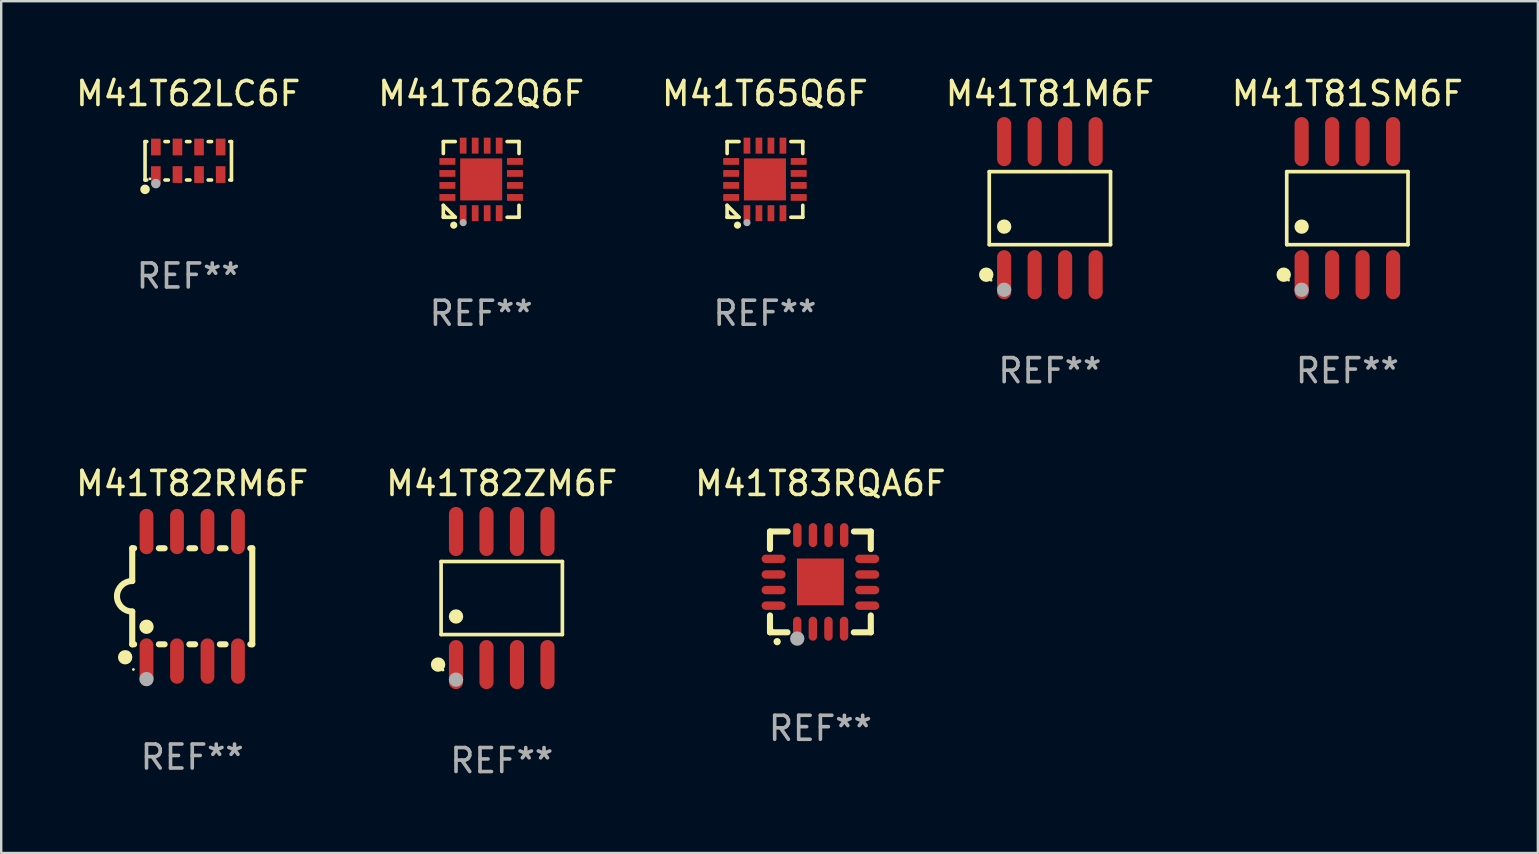
<source format=kicad_pcb>
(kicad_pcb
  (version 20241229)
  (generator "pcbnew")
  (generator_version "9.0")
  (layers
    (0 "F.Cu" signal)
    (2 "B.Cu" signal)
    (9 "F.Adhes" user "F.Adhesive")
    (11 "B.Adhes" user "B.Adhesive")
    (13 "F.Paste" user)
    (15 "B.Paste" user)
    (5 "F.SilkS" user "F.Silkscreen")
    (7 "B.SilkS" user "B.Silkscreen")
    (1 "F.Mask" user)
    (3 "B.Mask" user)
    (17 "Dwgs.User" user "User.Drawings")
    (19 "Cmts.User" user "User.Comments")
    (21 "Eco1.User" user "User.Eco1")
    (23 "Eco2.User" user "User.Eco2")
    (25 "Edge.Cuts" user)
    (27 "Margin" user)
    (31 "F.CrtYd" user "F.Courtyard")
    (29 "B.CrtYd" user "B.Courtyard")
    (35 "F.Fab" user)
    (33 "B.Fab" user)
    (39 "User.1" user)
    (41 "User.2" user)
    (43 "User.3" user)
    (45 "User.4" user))
  (footprint "M41T81M6F"
    (layer "F.Cu")
    (at 40.685 5.621)
    (property "Reference" "M41T81M6F" (at 0 -4.772 0) (layer "F.SilkS") (effects (font (size 1 1) (thickness 0.15))))
    (attr through_hole)
    (fp_line (start -2.526 -1.521) (end 2.526 -1.521) (stroke (width 0.152) (type solid)) (layer "F.SilkS"))
    (fp_line (start -2.526 1.521) (end -2.526 -1.521) (stroke (width 0.152) (type solid)) (layer "F.SilkS"))
    (fp_line (start 2.526 -1.521) (end 2.526 1.521) (stroke (width 0.152) (type solid)) (layer "F.SilkS"))
    (fp_line (start 2.526 1.521) (end -2.526 1.521) (stroke (width 0.152) (type solid)) (layer "F.SilkS"))
    (fp_circle (center -2.652 2.772) (end -2.501 2.772) (stroke (width 0.3) (type solid)) (fill no) (layer "F.SilkS"))
    (fp_circle (center -2.45 3) (end -2.42 3) (stroke (width 0.06) (type solid)) (fill no) (layer "F.SilkS"))
    (fp_circle (center -1.905 0.769) (end -1.755 0.769) (stroke (width 0.3) (type solid)) (fill no) (layer "F.SilkS"))
    (fp_circle (center -1.905 3.4) (end -1.755 3.4) (stroke (width 0.3) (type solid)) (fill no) (layer "F.Fab"))
    (fp_text user "REF**" (at 0 6.772 0) (layer "F.Fab") (effects (font (size 1 1) (thickness 0.15))))
    (pad "1" smd oval (at -1.905 2.772) (size 0.588 2.045) (layers "F.Cu" "F.Mask" "F.Paste"))
    (pad "2" smd oval (at -0.635 2.772) (size 0.588 2.045) (layers "F.Cu" "F.Mask" "F.Paste"))
    (pad "3" smd oval (at 0.635 2.772) (size 0.588 2.045) (layers "F.Cu" "F.Mask" "F.Paste"))
    (pad "4" smd oval (at 1.905 2.772) (size 0.588 2.045) (layers "F.Cu" "F.Mask" "F.Paste"))
    (pad "5" smd oval (at 1.905 -2.772) (size 0.588 2.045) (layers "F.Cu" "F.Mask" "F.Paste"))
    (pad "6" smd oval (at 0.635 -2.772) (size 0.588 2.045) (layers "F.Cu" "F.Mask" "F.Paste"))
    (pad "7" smd oval (at -0.635 -2.772) (size 0.588 2.045) (layers "F.Cu" "F.Mask" "F.Paste"))
    (pad "8" smd oval (at -1.905 -2.772) (size 0.588 2.045) (layers "F.Cu" "F.Mask" "F.Paste")))
  (footprint "M41T82RM6F"
    (layer "F.Cu")
    (at 4.958 21.789)
    (property "Reference" "M41T82RM6F" (at 0 -4.699 0) (layer "F.SilkS") (effects (font (size 1 1) (thickness 0.15))))
    (attr through_hole)
    (fp_line (start -2.5 -2) (end -2.5 -0.635) (stroke (width 0.254) (type solid)) (layer "F.SilkS"))
    (fp_line (start -2.5 -2) (end -2.421 -2) (stroke (width 0.254) (type solid)) (layer "F.SilkS"))
    (fp_line (start -2.5 2) (end -2.5 0.635) (stroke (width 0.254) (type solid)) (layer "F.SilkS"))
    (fp_line (start -2.5 2) (end -2.421 2) (stroke (width 0.254) (type solid)) (layer "F.SilkS"))
    (fp_line (start -1.389 -2) (end -1.151 -2) (stroke (width 0.254) (type solid)) (layer "F.SilkS"))
    (fp_line (start -1.389 2) (end -1.151 2) (stroke (width 0.254) (type solid)) (layer "F.SilkS"))
    (fp_line (start -0.119 -2) (end 0.119 -2) (stroke (width 0.254) (type solid)) (layer "F.SilkS"))
    (fp_line (start -0.119 2) (end 0.119 2) (stroke (width 0.254) (type solid)) (layer "F.SilkS"))
    (fp_line (start 1.151 -2) (end 1.389 -2) (stroke (width 0.254) (type solid)) (layer "F.SilkS"))
    (fp_line (start 1.151 2) (end 1.389 2) (stroke (width 0.254) (type solid)) (layer "F.SilkS"))
    (fp_line (start 2.421 -2) (end 2.5 -2) (stroke (width 0.254) (type solid)) (layer "F.SilkS"))
    (fp_line (start 2.421 2) (end 2.5 2) (stroke (width 0.254) (type solid)) (layer "F.SilkS"))
    (fp_line (start 2.5 -2) (end 2.5 2) (stroke (width 0.254) (type solid)) (layer "F.SilkS"))
    (fp_arc (start -2.5 0.635001) (mid -3.134366 -0.000318) (end -2.499365 -0.635001) (stroke (width 0.254001) (type solid)) (layer "F.SilkS"))
    (fp_circle (center -2.794 2.54) (end -2.644 2.54) (stroke (width 0.3) (type solid)) (fill no) (layer "F.SilkS"))
    (fp_circle (center -2.45 3.05) (end -2.42 3.05) (stroke (width 0.06) (type solid)) (fill no) (layer "F.SilkS"))
    (fp_circle (center -1.905 1.27) (end -1.755 1.27) (stroke (width 0.3) (type solid)) (fill no) (layer "F.SilkS"))
    (fp_circle (center -1.905 3.45) (end -1.755 3.45) (stroke (width 0.3) (type solid)) (fill no) (layer "F.Fab"))
    (fp_text user "REF**" (at 0 6.699 0) (layer "F.Fab") (effects (font (size 1 1) (thickness 0.15))))
    (pad "1" smd oval (at -1.905 2.699) (size 0.574 1.888) (layers "F.Cu" "F.Mask" "F.Paste"))
    (pad "2" smd oval (at -0.635 2.699) (size 0.574 1.888) (layers "F.Cu" "F.Mask" "F.Paste"))
    (pad "3" smd oval (at 0.635 2.699) (size 0.574 1.888) (layers "F.Cu" "F.Mask" "F.Paste"))
    (pad "4" smd oval (at 1.905 2.699) (size 0.574 1.888) (layers "F.Cu" "F.Mask" "F.Paste"))
    (pad "5" smd oval (at 1.905 -2.699) (size 0.574 1.888) (layers "F.Cu" "F.Mask" "F.Paste"))
    (pad "6" smd oval (at 0.635 -2.699) (size 0.574 1.888) (layers "F.Cu" "F.Mask" "F.Paste"))
    (pad "7" smd oval (at -0.635 -2.699) (size 0.574 1.888) (layers "F.Cu" "F.Mask" "F.Paste"))
    (pad "8" smd oval (at -1.905 -2.699) (size 0.574 1.888) (layers "F.Cu" "F.Mask" "F.Paste")))
  (footprint "M41T83RQA6F"
    (layer "F.Cu")
    (at 31.125 21.19)
    (property "Reference" "M41T83RQA6F" (at 0 -4.1 0) (layer "F.SilkS") (effects (font (size 1 1) (thickness 0.15))))
    (attr through_hole)
    (fp_line (start -2.1 -2.1) (end -1.366 -2.1) (stroke (width 0.254) (type solid)) (layer "F.SilkS"))
    (fp_line (start -2.1 -1.366) (end -2.1 -2.1) (stroke (width 0.254) (type solid)) (layer "F.SilkS"))
    (fp_line (start -2.1 2.1) (end -2.1 1.397) (stroke (width 0.254) (type solid)) (layer "F.SilkS"))
    (fp_line (start -2.1 2.1) (end -1.371 2.1) (stroke (width 0.254) (type solid)) (layer "F.SilkS"))
    (fp_line (start 1.392 2.1) (end 2.1 2.1) (stroke (width 0.254) (type solid)) (layer "F.SilkS"))
    (fp_line (start 1.397 -2.1) (end 2.1 -2.1) (stroke (width 0.254) (type solid)) (layer "F.SilkS"))
    (fp_line (start 2.1 -1.366) (end 2.1 -2.1) (stroke (width 0.254) (type solid)) (layer "F.SilkS"))
    (fp_line (start 2.1 2.1) (end 2.1 1.397) (stroke (width 0.254) (type solid)) (layer "F.SilkS"))
    (fp_arc (start -1.803404 2.489205) (mid -1.802134 2.4892) (end -1.800864 2.489205) (stroke (width 0.3) (type solid)) (layer "F.SilkS"))
    (fp_circle (center -2 2) (end -1.97 2) (stroke (width 0.06) (type solid)) (fill no) (layer "F.SilkS"))
    (fp_circle (center -0.965 2.362) (end -0.815 2.362) (stroke (width 0.3) (type solid)) (fill no) (layer "F.Fab"))
    (fp_text user "REF**" (at 0 6.1 0) (layer "F.Fab") (effects (font (size 1 1) (thickness 0.15))))
    (pad "1" smd oval (at -0.965 1.95) (size 0.35 1) (layers "F.Cu" "F.Mask" "F.Paste"))
    (pad "2" smd oval (at -0.315 1.95) (size 0.35 1) (layers "F.Cu" "F.Mask" "F.Paste"))
    (pad "3" smd oval (at 0.335 1.95) (size 0.35 1) (layers "F.Cu" "F.Mask" "F.Paste"))
    (pad "4" smd oval (at 0.986 1.95) (size 0.35 1) (layers "F.Cu" "F.Mask" "F.Paste"))
    (pad "5" smd oval (at 1.95 0.991) (size 1 0.35) (layers "F.Cu" "F.Mask" "F.Paste"))
    (pad "6" smd oval (at 1.95 0.34) (size 1 0.35) (layers "F.Cu" "F.Mask" "F.Paste"))
    (pad "7" smd oval (at 1.95 -0.31) (size 1 0.35) (layers "F.Cu" "F.Mask" "F.Paste"))
    (pad "8" smd oval (at 1.95 -0.96) (size 1 0.35) (layers "F.Cu" "F.Mask" "F.Paste"))
    (pad "9" smd oval (at 0.991 -1.95) (size 0.35 1) (layers "F.Cu" "F.Mask" "F.Paste"))
    (pad "10" smd oval (at 0.34 -1.95) (size 0.35 1) (layers "F.Cu" "F.Mask" "F.Paste"))
    (pad "11" smd oval (at -0.31 -1.95) (size 0.35 1) (layers "F.Cu" "F.Mask" "F.Paste"))
    (pad "12" smd oval (at -0.96 -1.95) (size 0.35 1) (layers "F.Cu" "F.Mask" "F.Paste"))
    (pad "13" smd oval (at -1.95 -0.96) (size 1 0.35) (layers "F.Cu" "F.Mask" "F.Paste"))
    (pad "14" smd oval (at -1.95 -0.31) (size 1 0.35) (layers "F.Cu" "F.Mask" "F.Paste"))
    (pad "15" smd oval (at -1.95 0.34) (size 1 0.35) (layers "F.Cu" "F.Mask" "F.Paste"))
    (pad "16" smd oval (at -1.95 0.991) (size 1 0.35) (layers "F.Cu" "F.Mask" "F.Paste"))
    (pad "17" smd rect (at 0 0) (size 1.95 1.95) (layers "F.Cu" "F.Mask" "F.Paste")))
  (footprint "M41T65Q6F"
    (layer "F.Cu")
    (at 28.815 4.424)
    (property "Reference" "M41T65Q6F" (at 0 -3.576 0) (layer "F.SilkS") (effects (font (size 1 1) (thickness 0.15))))
    (attr through_hole)
    (fp_line (start -1.576 -1.576) (end -1.08 -1.576) (stroke (width 0.152) (type solid)) (layer "F.SilkS"))
    (fp_line (start -1.576 -1.08) (end -1.576 -1.576) (stroke (width 0.152) (type solid)) (layer "F.SilkS"))
    (fp_line (start -1.576 1.08) (end -1.576 1.576) (stroke (width 0.152) (type solid)) (layer "F.SilkS"))
    (fp_line (start -1.576 1.576) (end -1.08 1.576) (stroke (width 0.152) (type solid)) (layer "F.SilkS"))
    (fp_line (start -1.08 1.576) (end -1.576 1.08) (stroke (width 0.152) (type solid)) (layer "F.SilkS"))
    (fp_line (start 1.576 -1.576) (end 1.08 -1.576) (stroke (width 0.152) (type solid)) (layer "F.SilkS"))
    (fp_line (start 1.576 -1.08) (end 1.576 -1.576) (stroke (width 0.152) (type solid)) (layer "F.SilkS"))
    (fp_line (start 1.576 1.08) (end 1.576 1.576) (stroke (width 0.152) (type solid)) (layer "F.SilkS"))
    (fp_line (start 1.576 1.576) (end 1.08 1.576) (stroke (width 0.152) (type solid)) (layer "F.SilkS"))
    (fp_circle (center -1.5 1.5) (end -1.47 1.5) (stroke (width 0.06) (type solid)) (fill no) (layer "F.SilkS"))
    (fp_circle (center -1.143 1.905) (end -1.068 1.905) (stroke (width 0.15) (type solid)) (fill no) (layer "F.SilkS"))
    (fp_circle (center -0.75 1.8) (end -0.675 1.8) (stroke (width 0.15) (type solid)) (fill no) (layer "F.Fab"))
    (fp_text user "REF**" (at 0 5.576 0) (layer "F.Fab") (effects (font (size 1 1) (thickness 0.15))))
    (pad "1" smd rect (at -0.75 1.407) (size 0.28 0.665) (layers "F.Cu" "F.Mask" "F.Paste"))
    (pad "2" smd rect (at -0.25 1.407) (size 0.28 0.665) (layers "F.Cu" "F.Mask" "F.Paste"))
    (pad "3" smd rect (at 0.25 1.407) (size 0.28 0.665) (layers "F.Cu" "F.Mask" "F.Paste"))
    (pad "4" smd rect (at 0.75 1.407) (size 0.28 0.665) (layers "F.Cu" "F.Mask" "F.Paste"))
    (pad "5" smd rect (at 1.407 0.75) (size 0.665 0.28) (layers "F.Cu" "F.Mask" "F.Paste"))
    (pad "6" smd rect (at 1.407 0.25) (size 0.665 0.28) (layers "F.Cu" "F.Mask" "F.Paste"))
    (pad "7" smd rect (at 1.407 -0.25) (size 0.665 0.28) (layers "F.Cu" "F.Mask" "F.Paste"))
    (pad "8" smd rect (at 1.407 -0.75) (size 0.665 0.28) (layers "F.Cu" "F.Mask" "F.Paste"))
    (pad "9" smd rect (at 0.75 -1.407) (size 0.28 0.665) (layers "F.Cu" "F.Mask" "F.Paste"))
    (pad "10" smd rect (at 0.25 -1.407) (size 0.28 0.665) (layers "F.Cu" "F.Mask" "F.Paste"))
    (pad "11" smd rect (at -0.25 -1.407) (size 0.28 0.665) (layers "F.Cu" "F.Mask" "F.Paste"))
    (pad "12" smd rect (at -0.75 -1.407) (size 0.28 0.665) (layers "F.Cu" "F.Mask" "F.Paste"))
    (pad "13" smd rect (at -1.407 -0.75) (size 0.665 0.28) (layers "F.Cu" "F.Mask" "F.Paste"))
    (pad "14" smd rect (at -1.407 -0.25) (size 0.665 0.28) (layers "F.Cu" "F.Mask" "F.Paste"))
    (pad "15" smd rect (at -1.407 0.25) (size 0.665 0.28) (layers "F.Cu" "F.Mask" "F.Paste"))
    (pad "16" smd rect (at -1.407 0.75) (size 0.665 0.28) (layers "F.Cu" "F.Mask" "F.Paste"))
    (pad "17" smd rect (at 0 0) (size 1.75 1.75) (layers "F.Cu" "F.Mask" "F.Paste")))
  (footprint "M41T62LC6F"
    (layer "F.Cu")
    (at 4.792 3.648)
    (property "Reference" "M41T62LC6F" (at 0 -2.8 0) (layer "F.SilkS") (effects (font (size 1 1) (thickness 0.15))))
    (attr through_hole)
    (fp_line (start -1.8 -0.8) (end -1.8 0.8) (stroke (width 0.15) (type solid)) (layer "F.SilkS"))
    (fp_line (start -1.8 -0.8) (end -1.729 -0.8) (stroke (width 0.15) (type solid)) (layer "F.SilkS"))
    (fp_line (start -1.8 0.8) (end -1.729 0.8) (stroke (width 0.15) (type solid)) (layer "F.SilkS"))
    (fp_line (start -0.971 -0.8) (end -0.829 -0.8) (stroke (width 0.15) (type solid)) (layer "F.SilkS"))
    (fp_line (start -0.971 0.8) (end -0.829 0.8) (stroke (width 0.15) (type solid)) (layer "F.SilkS"))
    (fp_line (start -0.071 -0.8) (end 0.071 -0.8) (stroke (width 0.15) (type solid)) (layer "F.SilkS"))
    (fp_line (start -0.071 0.8) (end 0.071 0.8) (stroke (width 0.15) (type solid)) (layer "F.SilkS"))
    (fp_line (start 0.829 -0.8) (end 0.971 -0.8) (stroke (width 0.15) (type solid)) (layer "F.SilkS"))
    (fp_line (start 0.829 0.8) (end 0.971 0.8) (stroke (width 0.15) (type solid)) (layer "F.SilkS"))
    (fp_line (start 1.729 -0.8) (end 1.8 -0.8) (stroke (width 0.15) (type solid)) (layer "F.SilkS"))
    (fp_line (start 1.729 0.8) (end 1.8 0.8) (stroke (width 0.15) (type solid)) (layer "F.SilkS"))
    (fp_line (start 1.8 0.8) (end 1.8 -0.8) (stroke (width 0.15) (type solid)) (layer "F.SilkS"))
    (fp_circle (center -1.8 1.19) (end -1.7 1.19) (stroke (width 0.2) (type solid)) (fill no) (layer "F.SilkS"))
    (fp_circle (center -1.6 0.75) (end -1.57 0.75) (stroke (width 0.06) (type solid)) (fill no) (layer "F.SilkS"))
    (fp_circle (center -1.35 0.95) (end -1.25 0.95) (stroke (width 0.2) (type solid)) (fill no) (layer "F.Fab"))
    (fp_text user "REF**" (at 0 4.8 0) (layer "F.Fab") (effects (font (size 1 1) (thickness 0.15))))
    (pad "1" smd rect (at -1.35 0.574) (size 0.4 0.697) (layers "F.Cu" "F.Mask" "F.Paste"))
    (pad "2" smd rect (at -0.45 0.574) (size 0.4 0.697) (layers "F.Cu" "F.Mask" "F.Paste"))
    (pad "3" smd rect (at 0.45 0.574) (size 0.4 0.697) (layers "F.Cu" "F.Mask" "F.Paste"))
    (pad "4" smd rect (at 1.35 0.574) (size 0.4 0.697) (layers "F.Cu" "F.Mask" "F.Paste"))
    (pad "5" smd rect (at 1.35 -0.574) (size 0.4 0.697) (layers "F.Cu" "F.Mask" "F.Paste"))
    (pad "6" smd rect (at 0.45 -0.574) (size 0.4 0.697) (layers "F.Cu" "F.Mask" "F.Paste"))
    (pad "7" smd rect (at -0.45 -0.574) (size 0.4 0.697) (layers "F.Cu" "F.Mask" "F.Paste"))
    (pad "8" smd rect (at -1.35 -0.574) (size 0.4 0.697) (layers "F.Cu" "F.Mask" "F.Paste")))
  (footprint "M41T81SM6F"
    (layer "F.Cu")
    (at 53.077 5.621)
    (property "Reference" "M41T81SM6F" (at 0 -4.772 0) (layer "F.SilkS") (effects (font (size 1 1) (thickness 0.15))))
    (attr through_hole)
    (fp_line (start -2.526 -1.521) (end 2.526 -1.521) (stroke (width 0.152) (type solid)) (layer "F.SilkS"))
    (fp_line (start -2.526 1.521) (end -2.526 -1.521) (stroke (width 0.152) (type solid)) (layer "F.SilkS"))
    (fp_line (start 2.526 -1.521) (end 2.526 1.521) (stroke (width 0.152) (type solid)) (layer "F.SilkS"))
    (fp_line (start 2.526 1.521) (end -2.526 1.521) (stroke (width 0.152) (type solid)) (layer "F.SilkS"))
    (fp_circle (center -2.652 2.772) (end -2.501 2.772) (stroke (width 0.3) (type solid)) (fill no) (layer "F.SilkS"))
    (fp_circle (center -2.45 3) (end -2.42 3) (stroke (width 0.06) (type solid)) (fill no) (layer "F.SilkS"))
    (fp_circle (center -1.905 0.769) (end -1.755 0.769) (stroke (width 0.3) (type solid)) (fill no) (layer "F.SilkS"))
    (fp_circle (center -1.905 3.4) (end -1.755 3.4) (stroke (width 0.3) (type solid)) (fill no) (layer "F.Fab"))
    (fp_text user "REF**" (at 0 6.772 0) (layer "F.Fab") (effects (font (size 1 1) (thickness 0.15))))
    (pad "1" smd oval (at -1.905 2.772) (size 0.588 2.045) (layers "F.Cu" "F.Mask" "F.Paste"))
    (pad "2" smd oval (at -0.635 2.772) (size 0.588 2.045) (layers "F.Cu" "F.Mask" "F.Paste"))
    (pad "3" smd oval (at 0.635 2.772) (size 0.588 2.045) (layers "F.Cu" "F.Mask" "F.Paste"))
    (pad "4" smd oval (at 1.905 2.772) (size 0.588 2.045) (layers "F.Cu" "F.Mask" "F.Paste"))
    (pad "5" smd oval (at 1.905 -2.772) (size 0.588 2.045) (layers "F.Cu" "F.Mask" "F.Paste"))
    (pad "6" smd oval (at 0.635 -2.772) (size 0.588 2.045) (layers "F.Cu" "F.Mask" "F.Paste"))
    (pad "7" smd oval (at -0.635 -2.772) (size 0.588 2.045) (layers "F.Cu" "F.Mask" "F.Paste"))
    (pad "8" smd oval (at -1.905 -2.772) (size 0.588 2.045) (layers "F.Cu" "F.Mask" "F.Paste")))
  (footprint "M41T62Q6F"
    (layer "F.Cu")
    (at 16.994 4.424)
    (property "Reference" "M41T62Q6F" (at 0 -3.576 0) (layer "F.SilkS") (effects (font (size 1 1) (thickness 0.15))))
    (attr through_hole)
    (fp_line (start -1.576 -1.576) (end -1.08 -1.576) (stroke (width 0.152) (type solid)) (layer "F.SilkS"))
    (fp_line (start -1.576 -1.08) (end -1.576 -1.576) (stroke (width 0.152) (type solid)) (layer "F.SilkS"))
    (fp_line (start -1.576 1.08) (end -1.576 1.576) (stroke (width 0.152) (type solid)) (layer "F.SilkS"))
    (fp_line (start -1.576 1.576) (end -1.08 1.576) (stroke (width 0.152) (type solid)) (layer "F.SilkS"))
    (fp_line (start -1.08 1.576) (end -1.576 1.08) (stroke (width 0.152) (type solid)) (layer "F.SilkS"))
    (fp_line (start 1.576 -1.576) (end 1.08 -1.576) (stroke (width 0.152) (type solid)) (layer "F.SilkS"))
    (fp_line (start 1.576 -1.08) (end 1.576 -1.576) (stroke (width 0.152) (type solid)) (layer "F.SilkS"))
    (fp_line (start 1.576 1.08) (end 1.576 1.576) (stroke (width 0.152) (type solid)) (layer "F.SilkS"))
    (fp_line (start 1.576 1.576) (end 1.08 1.576) (stroke (width 0.152) (type solid)) (layer "F.SilkS"))
    (fp_circle (center -1.5 1.5) (end -1.47 1.5) (stroke (width 0.06) (type solid)) (fill no) (layer "F.SilkS"))
    (fp_circle (center -1.143 1.905) (end -1.068 1.905) (stroke (width 0.15) (type solid)) (fill no) (layer "F.SilkS"))
    (fp_circle (center -0.75 1.8) (end -0.675 1.8) (stroke (width 0.15) (type solid)) (fill no) (layer "F.Fab"))
    (fp_text user "REF**" (at 0 5.576 0) (layer "F.Fab") (effects (font (size 1 1) (thickness 0.15))))
    (pad "1" smd rect (at -0.75 1.407) (size 0.28 0.665) (layers "F.Cu" "F.Mask" "F.Paste"))
    (pad "2" smd rect (at -0.25 1.407) (size 0.28 0.665) (layers "F.Cu" "F.Mask" "F.Paste"))
    (pad "3" smd rect (at 0.25 1.407) (size 0.28 0.665) (layers "F.Cu" "F.Mask" "F.Paste"))
    (pad "4" smd rect (at 0.75 1.407) (size 0.28 0.665) (layers "F.Cu" "F.Mask" "F.Paste"))
    (pad "5" smd rect (at 1.407 0.75) (size 0.665 0.28) (layers "F.Cu" "F.Mask" "F.Paste"))
    (pad "6" smd rect (at 1.407 0.25) (size 0.665 0.28) (layers "F.Cu" "F.Mask" "F.Paste"))
    (pad "7" smd rect (at 1.407 -0.25) (size 0.665 0.28) (layers "F.Cu" "F.Mask" "F.Paste"))
    (pad "8" smd rect (at 1.407 -0.75) (size 0.665 0.28) (layers "F.Cu" "F.Mask" "F.Paste"))
    (pad "9" smd rect (at 0.75 -1.407) (size 0.28 0.665) (layers "F.Cu" "F.Mask" "F.Paste"))
    (pad "10" smd rect (at 0.25 -1.407) (size 0.28 0.665) (layers "F.Cu" "F.Mask" "F.Paste"))
    (pad "11" smd rect (at -0.25 -1.407) (size 0.28 0.665) (layers "F.Cu" "F.Mask" "F.Paste"))
    (pad "12" smd rect (at -0.75 -1.407) (size 0.28 0.665) (layers "F.Cu" "F.Mask" "F.Paste"))
    (pad "13" smd rect (at -1.407 -0.75) (size 0.665 0.28) (layers "F.Cu" "F.Mask" "F.Paste"))
    (pad "14" smd rect (at -1.407 -0.25) (size 0.665 0.28) (layers "F.Cu" "F.Mask" "F.Paste"))
    (pad "15" smd rect (at -1.407 0.25) (size 0.665 0.28) (layers "F.Cu" "F.Mask" "F.Paste"))
    (pad "16" smd rect (at -1.407 0.75) (size 0.665 0.28) (layers "F.Cu" "F.Mask" "F.Paste"))
    (pad "17" smd rect (at 0 0) (size 1.75 1.75) (layers "F.Cu" "F.Mask" "F.Paste")))
  (footprint "M41T82ZM6F"
    (layer "F.Cu")
    (at 17.851 21.862)
    (property "Reference" "M41T82ZM6F" (at 0 -4.772 0) (layer "F.SilkS") (effects (font (size 1 1) (thickness 0.15))))
    (attr through_hole)
    (fp_line (start -2.526 -1.521) (end 2.526 -1.521) (stroke (width 0.152) (type solid)) (layer "F.SilkS"))
    (fp_line (start -2.526 1.521) (end -2.526 -1.521) (stroke (width 0.152) (type solid)) (layer "F.SilkS"))
    (fp_line (start 2.526 -1.521) (end 2.526 1.521) (stroke (width 0.152) (type solid)) (layer "F.SilkS"))
    (fp_line (start 2.526 1.521) (end -2.526 1.521) (stroke (width 0.152) (type solid)) (layer "F.SilkS"))
    (fp_circle (center -2.652 2.772) (end -2.501 2.772) (stroke (width 0.3) (type solid)) (fill no) (layer "F.SilkS"))
    (fp_circle (center -2.45 3) (end -2.42 3) (stroke (width 0.06) (type solid)) (fill no) (layer "F.SilkS"))
    (fp_circle (center -1.905 0.769) (end -1.755 0.769) (stroke (width 0.3) (type solid)) (fill no) (layer "F.SilkS"))
    (fp_circle (center -1.905 3.4) (end -1.755 3.4) (stroke (width 0.3) (type solid)) (fill no) (layer "F.Fab"))
    (fp_text user "REF**" (at 0 6.772 0) (layer "F.Fab") (effects (font (size 1 1) (thickness 0.15))))
    (pad "1" smd oval (at -1.905 2.772) (size 0.588 2.045) (layers "F.Cu" "F.Mask" "F.Paste"))
    (pad "2" smd oval (at -0.635 2.772) (size 0.588 2.045) (layers "F.Cu" "F.Mask" "F.Paste"))
    (pad "3" smd oval (at 0.635 2.772) (size 0.588 2.045) (layers "F.Cu" "F.Mask" "F.Paste"))
    (pad "4" smd oval (at 1.905 2.772) (size 0.588 2.045) (layers "F.Cu" "F.Mask" "F.Paste"))
    (pad "5" smd oval (at 1.905 -2.772) (size 0.588 2.045) (layers "F.Cu" "F.Mask" "F.Paste"))
    (pad "6" smd oval (at 0.635 -2.772) (size 0.588 2.045) (layers "F.Cu" "F.Mask" "F.Paste"))
    (pad "7" smd oval (at -0.635 -2.772) (size 0.588 2.045) (layers "F.Cu" "F.Mask" "F.Paste"))
    (pad "8" smd oval (at -1.905 -2.772) (size 0.588 2.045) (layers "F.Cu" "F.Mask" "F.Paste")))
  (gr_rect
    (start -3 -3)
    (end 61.012 32.483)
    (stroke (width 0.1) (type default))
    (fill no)
    (layer "Edge.Cuts")))
</source>
